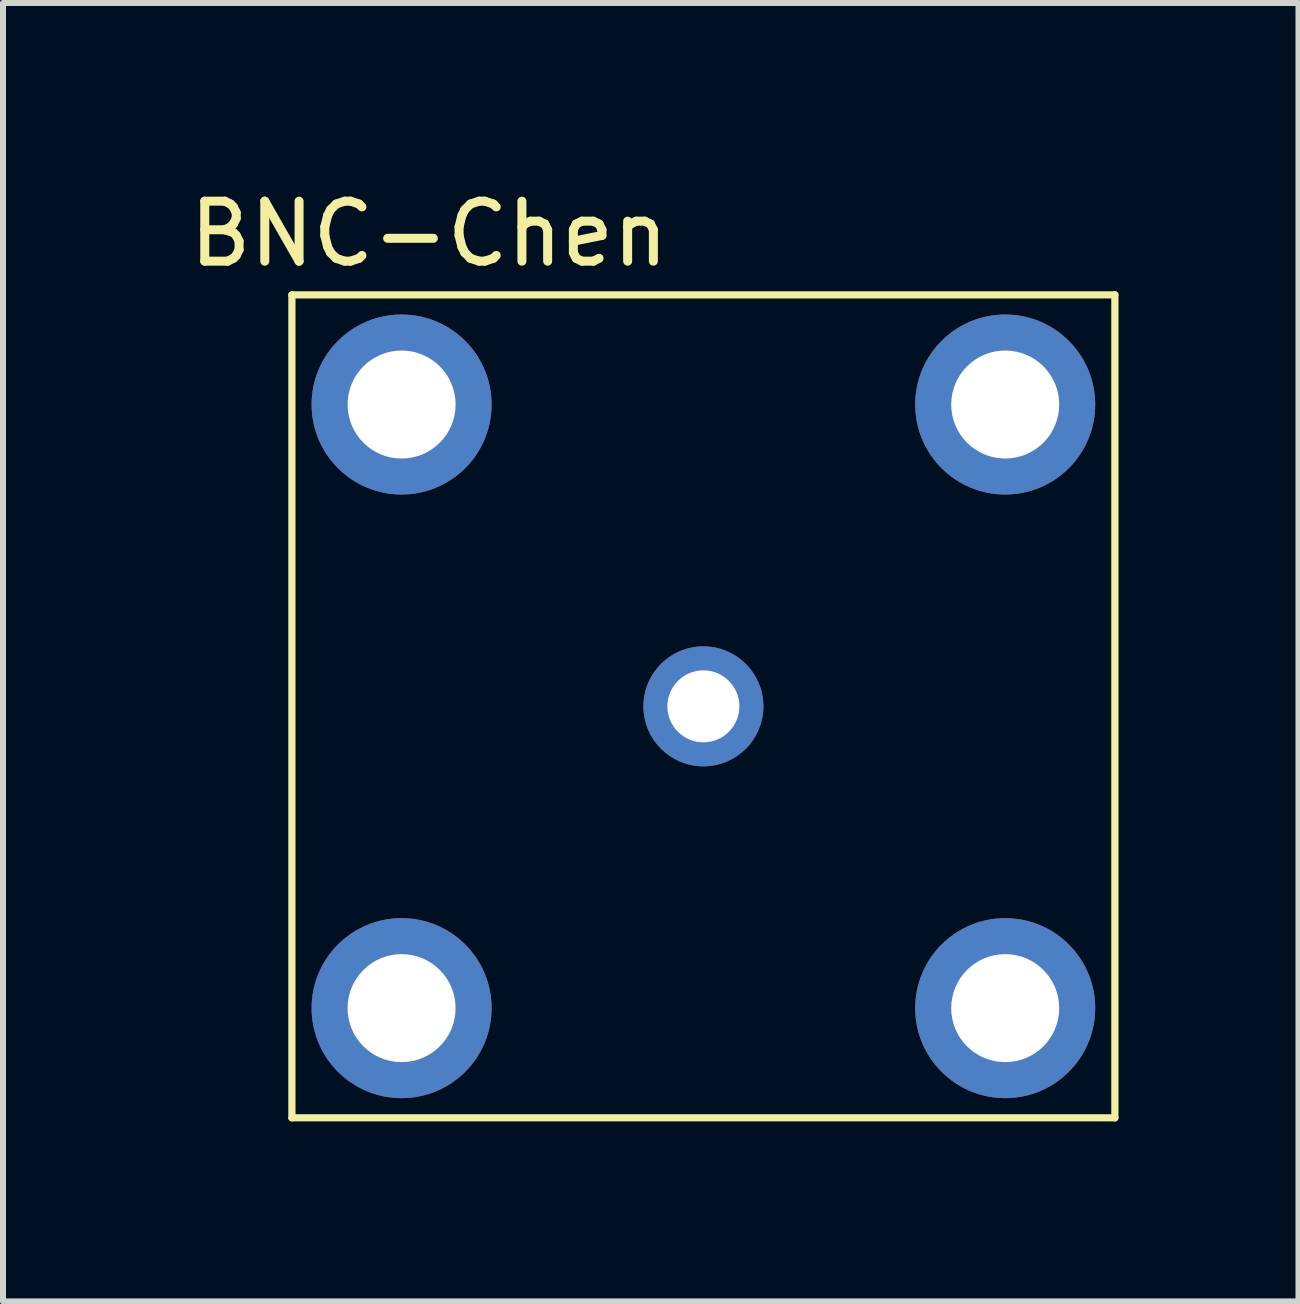
<source format=kicad_pcb>
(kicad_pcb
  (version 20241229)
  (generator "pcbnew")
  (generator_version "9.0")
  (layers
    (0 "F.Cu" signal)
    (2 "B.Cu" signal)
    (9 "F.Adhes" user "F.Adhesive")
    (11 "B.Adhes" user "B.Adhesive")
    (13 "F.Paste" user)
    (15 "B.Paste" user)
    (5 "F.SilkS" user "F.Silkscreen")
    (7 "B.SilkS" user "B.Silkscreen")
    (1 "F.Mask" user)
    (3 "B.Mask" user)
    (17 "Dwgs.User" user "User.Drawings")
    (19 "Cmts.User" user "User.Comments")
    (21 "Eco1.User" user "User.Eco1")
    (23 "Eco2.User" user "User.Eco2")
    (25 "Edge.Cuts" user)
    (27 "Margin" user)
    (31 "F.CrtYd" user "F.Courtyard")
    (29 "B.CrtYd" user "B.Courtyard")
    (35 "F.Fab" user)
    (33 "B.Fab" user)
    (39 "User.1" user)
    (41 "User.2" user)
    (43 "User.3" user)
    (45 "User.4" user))
  (footprint "BNC-Chen"
    (layer "F.Cu")
    (at 8.673 8.722)
    (property "Reference" "BNC-Chen" (at -4.572 -7.874 0) (layer "F.SilkS") (effects (font (size 1 1) (thickness 0.15))))
    (attr through_hole)
    (fp_line (start -6.858 -6.858) (end 6.858 -6.858) (stroke (width 0.12) (type solid)) (layer "F.SilkS"))
    (fp_line (start -6.858 6.858) (end -6.858 -6.858) (stroke (width 0.12) (type solid)) (layer "F.SilkS"))
    (fp_line (start 6.858 -6.858) (end 6.858 6.858) (stroke (width 0.12) (type solid)) (layer "F.SilkS"))
    (fp_line (start 6.858 6.858) (end -6.858 6.858) (stroke (width 0.12) (type solid)) (layer "F.SilkS"))
    (pad "1" thru_hole circle (at 0 0) (size 2 2) (drill 1.2) (layers "*.Cu" "*.Mask"))
    (pad "2" thru_hole circle (at -5.03 -5.03) (size 3 3) (drill 1.8) (layers "*.Cu" "*.Mask"))
    (pad "2" thru_hole circle (at -5.03 5.03) (size 3 3) (drill 1.8) (layers "*.Cu" "*.Mask"))
    (pad "2" thru_hole circle (at 5.03 -5.03) (size 3 3) (drill 1.8) (layers "*.Cu" "*.Mask"))
    (pad "2" thru_hole circle (at 5.03 5.03) (size 3 3) (drill 1.8) (layers "*.Cu" "*.Mask")))
  (gr_rect
    (start -3 -3)
    (end 18.591 18.64)
    (stroke (width 0.1) (type default))
    (fill no)
    (layer "Edge.Cuts")))
</source>
